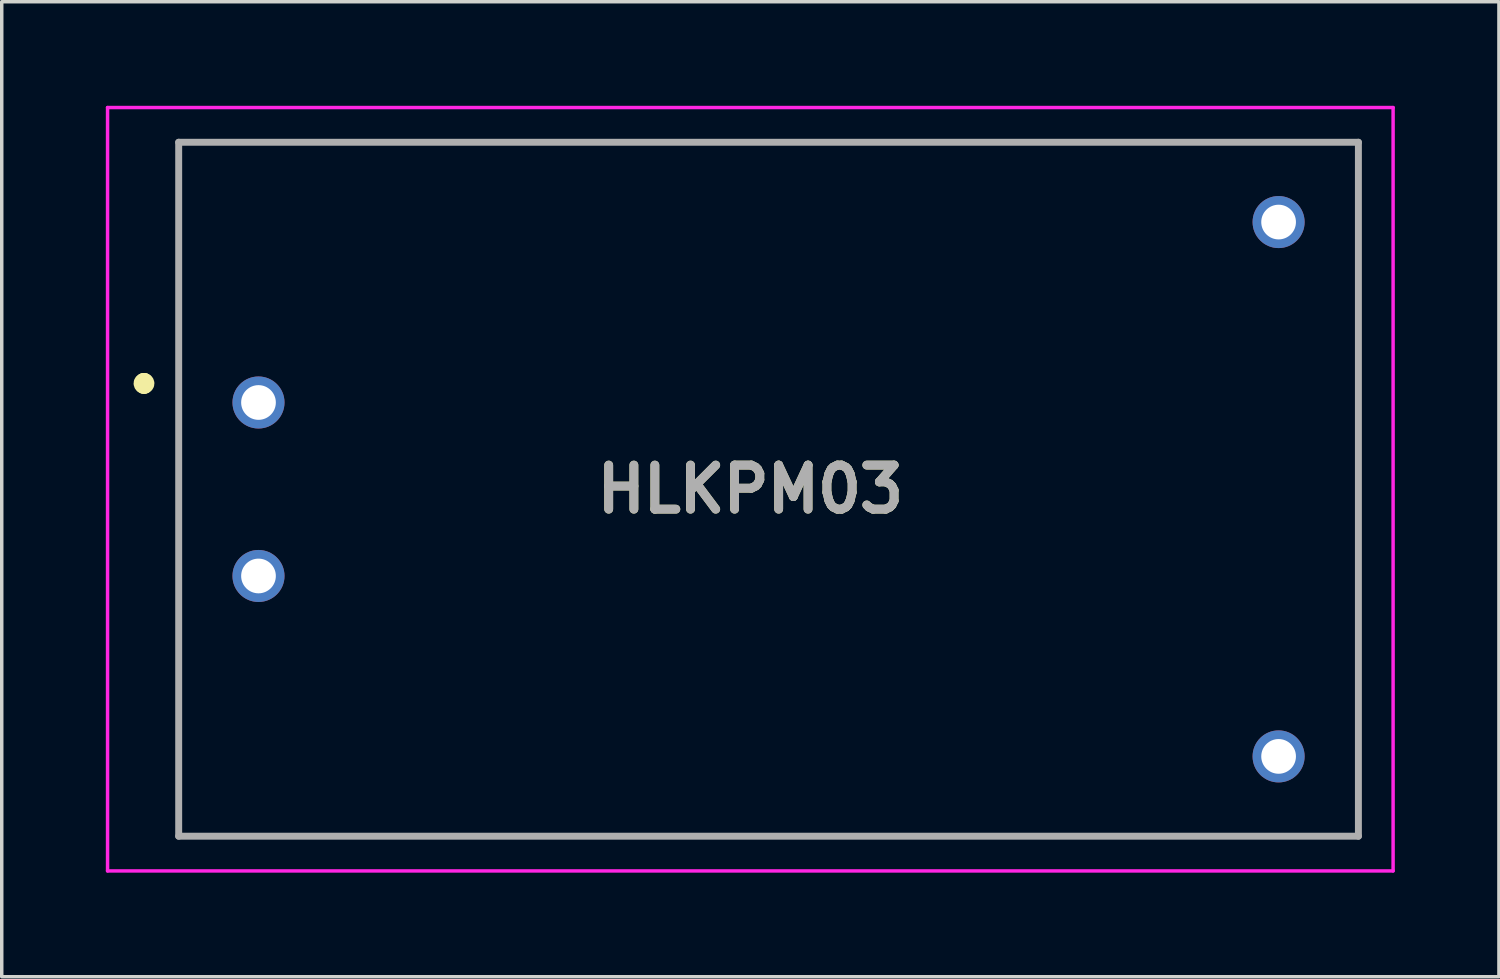
<source format=kicad_pcb>
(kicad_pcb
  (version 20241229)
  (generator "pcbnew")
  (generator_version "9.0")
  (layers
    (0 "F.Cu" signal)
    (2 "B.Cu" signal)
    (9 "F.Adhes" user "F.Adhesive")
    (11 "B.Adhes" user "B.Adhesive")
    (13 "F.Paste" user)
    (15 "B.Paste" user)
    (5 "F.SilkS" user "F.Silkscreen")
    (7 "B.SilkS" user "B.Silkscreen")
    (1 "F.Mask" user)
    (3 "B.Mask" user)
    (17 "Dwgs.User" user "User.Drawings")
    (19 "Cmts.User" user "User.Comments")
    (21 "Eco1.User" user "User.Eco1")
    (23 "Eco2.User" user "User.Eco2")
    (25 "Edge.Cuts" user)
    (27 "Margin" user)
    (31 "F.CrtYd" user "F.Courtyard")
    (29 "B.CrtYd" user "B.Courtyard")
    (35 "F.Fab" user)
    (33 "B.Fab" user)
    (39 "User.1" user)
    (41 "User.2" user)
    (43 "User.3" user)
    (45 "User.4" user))
  (footprint "HLKPM03"
    (layer "F.Cu")
    (at 4.4 8.55)
    (property "Reference" "HLKPM03" (at 14.175 2.5 0) (layer "F.SilkS") (effects (font (size 1.27 1.27) (thickness 0.254))))
    (attr through_hole)
    (fp_line (start -3.3 -0.6) (end -3.3 -0.6) (stroke (width 0.5) (type solid)) (layer "F.SilkS"))
    (fp_line (start -3.3 -0.5) (end -3.3 -0.5) (stroke (width 0.5) (type solid)) (layer "F.SilkS"))
    (fp_line (start -2.3 -7.5) (end 31.7 -7.5) (stroke (width 0.1) (type solid)) (layer "F.SilkS"))
    (fp_line (start -2.3 12.5) (end -2.3 -7.5) (stroke (width 0.1) (type solid)) (layer "F.SilkS"))
    (fp_line (start 31.7 -7.5) (end 31.7 12.5) (stroke (width 0.1) (type solid)) (layer "F.SilkS"))
    (fp_line (start 31.7 12.5) (end -2.3 12.5) (stroke (width 0.1) (type solid)) (layer "F.SilkS"))
    (fp_arc (start -3.3 -0.6) (mid -3.25 -0.55) (end -3.3 -0.5) (stroke (width 0.5) (type solid)) (layer "F.SilkS"))
    (fp_arc (start -3.3 -0.5) (mid -3.35 -0.55) (end -3.3 -0.6) (stroke (width 0.5) (type solid)) (layer "F.SilkS"))
    (fp_line (start -4.35 -8.5) (end 32.7 -8.5) (stroke (width 0.1) (type solid)) (layer "F.CrtYd"))
    (fp_line (start -4.35 13.5) (end -4.35 -8.5) (stroke (width 0.1) (type solid)) (layer "F.CrtYd"))
    (fp_line (start 32.7 -8.5) (end 32.7 13.5) (stroke (width 0.1) (type solid)) (layer "F.CrtYd"))
    (fp_line (start 32.7 13.5) (end -4.35 13.5) (stroke (width 0.1) (type solid)) (layer "F.CrtYd"))
    (fp_line (start -2.3 -7.5) (end 31.7 -7.5) (stroke (width 0.2) (type solid)) (layer "F.Fab"))
    (fp_line (start -2.3 12.5) (end -2.3 -7.5) (stroke (width 0.2) (type solid)) (layer "F.Fab"))
    (fp_line (start 31.7 -7.5) (end 31.7 12.5) (stroke (width 0.2) (type solid)) (layer "F.Fab"))
    (fp_line (start 31.7 12.5) (end -2.3 12.5) (stroke (width 0.2) (type solid)) (layer "F.Fab"))
    (fp_text user "${REFERENCE}" (at 14.175 2.5 0) (layer "F.Fab") (effects (font (size 1.27 1.27) (thickness 0.254))))
    (pad "1" thru_hole circle (at 0 0) (size 1.5 1.5) (drill 1) (layers "*.Cu" "*.Mask"))
    (pad "2" thru_hole circle (at 0 5) (size 1.5 1.5) (drill 1) (layers "*.Cu" "*.Mask"))
    (pad "3" thru_hole circle (at 29.4 -5.2) (size 1.5 1.5) (drill 1) (layers "*.Cu" "*.Mask"))
    (pad "4" thru_hole circle (at 29.4 10.2) (size 1.5 1.5) (drill 1) (layers "*.Cu" "*.Mask")))
  (gr_rect
    (start -3 -3)
    (end 40.15 25.1)
    (stroke (width 0.1) (type default))
    (fill no)
    (layer "Edge.Cuts")))
</source>
